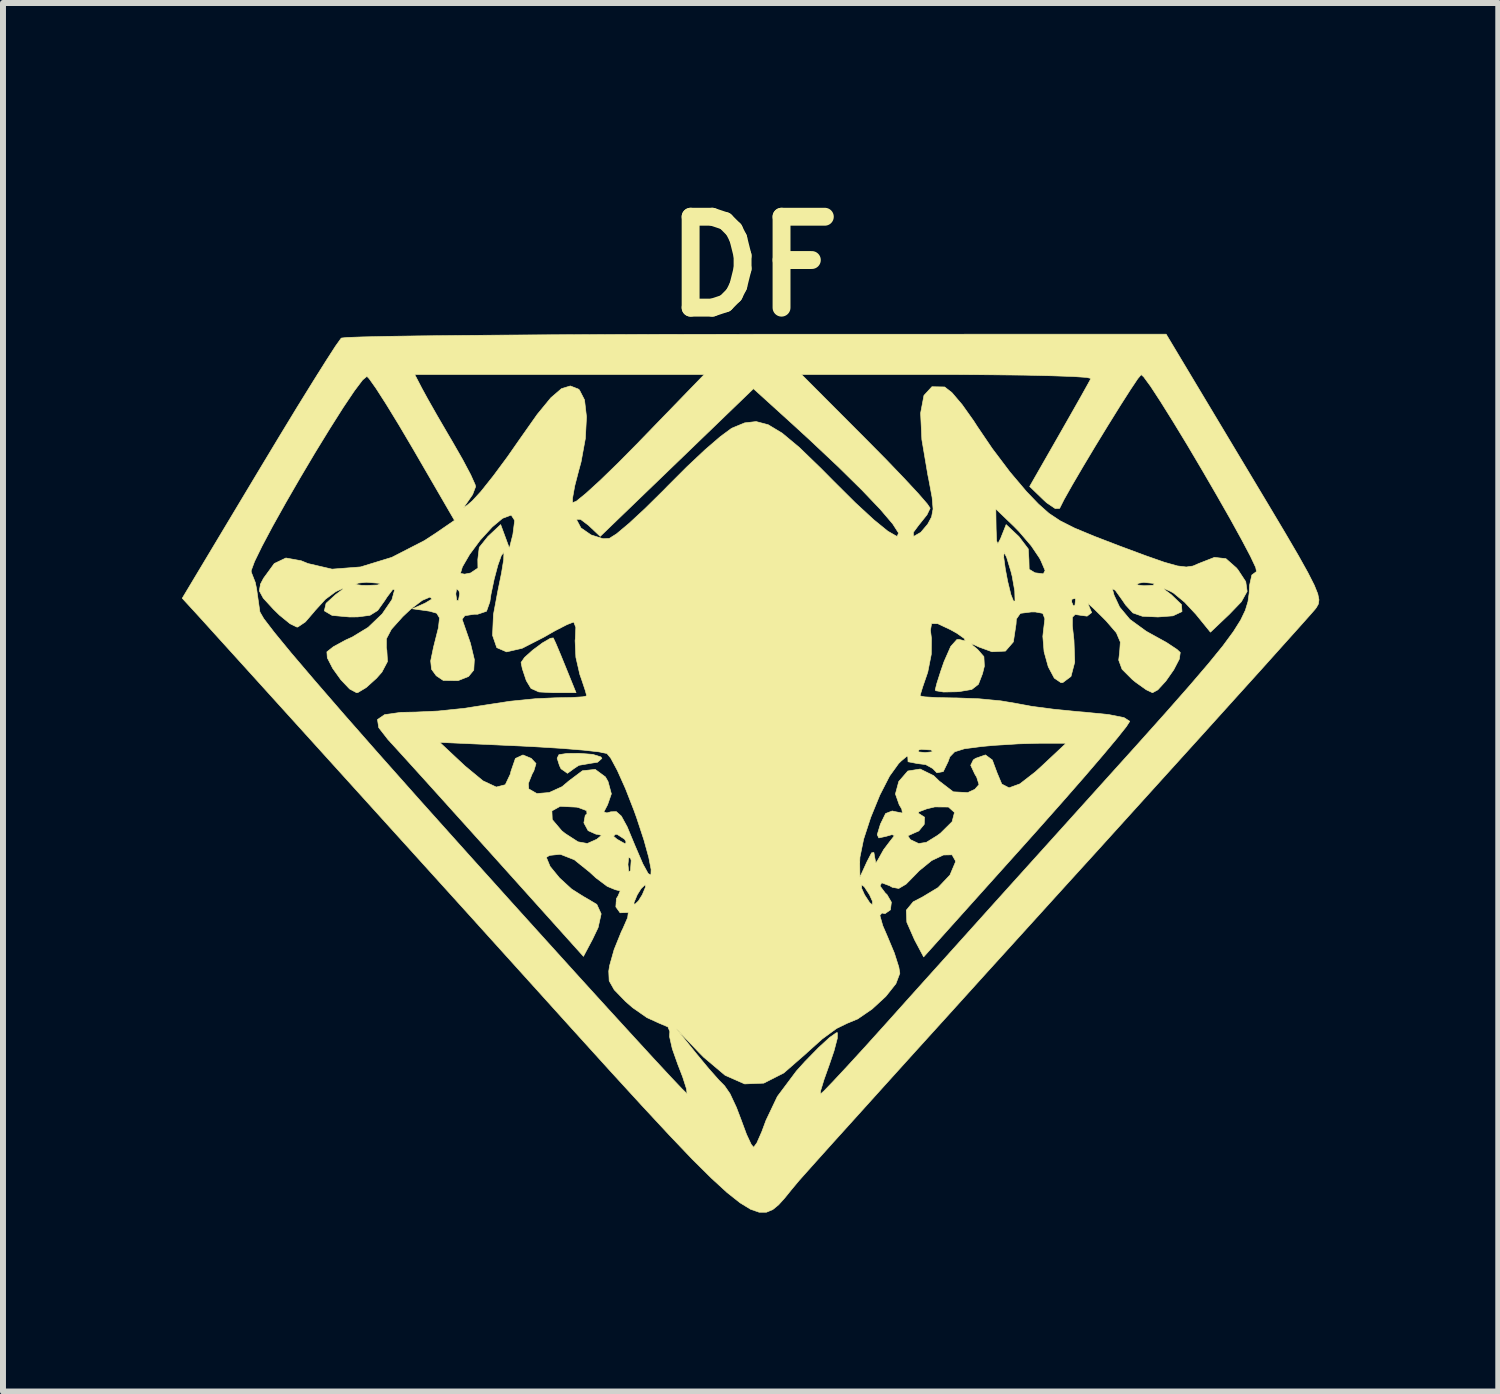
<source format=kicad_pcb>
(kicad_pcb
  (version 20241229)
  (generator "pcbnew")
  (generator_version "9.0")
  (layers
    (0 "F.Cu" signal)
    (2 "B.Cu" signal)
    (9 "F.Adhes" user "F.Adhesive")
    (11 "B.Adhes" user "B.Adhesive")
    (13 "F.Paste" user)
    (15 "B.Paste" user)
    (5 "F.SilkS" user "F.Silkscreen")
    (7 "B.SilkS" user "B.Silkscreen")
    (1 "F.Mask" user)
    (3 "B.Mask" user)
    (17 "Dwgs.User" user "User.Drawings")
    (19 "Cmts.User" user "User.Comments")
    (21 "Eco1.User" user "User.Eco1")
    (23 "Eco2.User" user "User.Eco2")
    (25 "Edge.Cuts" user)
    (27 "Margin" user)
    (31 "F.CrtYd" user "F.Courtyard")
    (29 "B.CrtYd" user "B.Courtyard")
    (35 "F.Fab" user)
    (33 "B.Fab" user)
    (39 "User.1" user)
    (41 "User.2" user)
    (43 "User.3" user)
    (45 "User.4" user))
  (footprint "DF"
    (layer "F.Cu")
    (at 9.58 9.918)
    (property "Reference" "DF" (at 0 -8.5 0) (layer "F.SilkS") (effects (font (size 1.524 1.524) (thickness 0.3))))
    (attr through_hole)
    (fp_poly (pts (xy -2.694 -0.322) (xy -2.557 -0.279) (xy -2.54 -0.254) (xy -2.612 -0.19) (xy -2.747 -0.169) (xy -2.926 -0.138) (xy -3.006 -0.085) (xy -3.117 -0.004) (xy -3.225 -0.08) (xy -3.251 -0.134) (xy -3.29 -0.257) (xy -3.26 -0.317) (xy -3.126 -0.337) (xy -2.921 -0.339) (xy -2.694 -0.322)) (stroke (width 0.01) (type solid)) (fill yes) (layer "F.SilkS"))
    (fp_poly (pts (xy -3.313 -2.185) (xy -3.23 -1.988) (xy -3.153 -1.799) (xy -2.973 -1.355) (xy -3.351 -1.355) (xy -3.596 -1.368) (xy -3.728 -1.427) (xy -3.806 -1.556) (xy -3.812 -1.572) (xy -3.874 -1.758) (xy -3.895 -1.862) (xy -3.837 -1.946) (xy -3.7 -2.069) (xy -3.537 -2.19) (xy -3.403 -2.268) (xy -3.355 -2.274) (xy -3.313 -2.185)) (stroke (width 0.01) (type solid)) (fill yes) (layer "F.SilkS"))
    (fp_poly (pts (xy 8.243 -5.157) (xy 8.617 -4.533) (xy 8.912 -4.038) (xy 9.136 -3.655) (xy 9.296 -3.368) (xy 9.402 -3.159) (xy 9.461 -3.013) (xy 9.481 -2.913) (xy 9.471 -2.842) (xy 9.438 -2.783) (xy 9.414 -2.752) (xy 9.332 -2.658) (xy 9.146 -2.449) (xy 8.865 -2.136) (xy 8.5 -1.729) (xy 8.058 -1.24) (xy 7.55 -0.677) (xy 6.986 -0.054) (xy 6.374 0.622) (xy 5.726 1.338) (xy 5.243 1.869) (xy 4.563 2.619) (xy 3.906 3.343) (xy 3.283 4.032) (xy 2.703 4.672) (xy 2.178 5.253) (xy 1.719 5.762) (xy 1.334 6.188) (xy 1.036 6.52) (xy 0.835 6.745) (xy 0.762 6.827) (xy 0.634 6.981) (xy 0.524 7.117) (xy 0.423 7.229) (xy 0.324 7.31) (xy 0.218 7.354) (xy 0.096 7.354) (xy -0.048 7.304) (xy -0.224 7.196) (xy -0.44 7.025) (xy -0.704 6.783) (xy -1.025 6.465) (xy -1.409 6.062) (xy -1.867 5.569) (xy -2.406 4.98) (xy -3.034 4.287) (xy -3.759 3.484) (xy -4.59 2.564) (xy -4.707 2.434) (xy -5.414 1.653) (xy -6.092 0.904) (xy -6.731 0.198) (xy -7.322 -0.455) (xy -7.857 -1.046) (xy -8.326 -1.564) (xy -8.72 -1.999) (xy -9.03 -2.341) (xy -9.246 -2.58) (xy -9.361 -2.706) (xy -9.372 -2.718) (xy -9.575 -2.939) (xy -9.297 -3.403) (xy -8.419 -3.403) (xy -8.418 -3.377) (xy -8.35 -3.203) (xy -8.328 -3.095) (xy -8.296 -2.868) (xy -8.273 -2.709) (xy -8.209 -2.598) (xy -8.032 -2.367) (xy -7.747 -2.02) (xy -7.356 -1.561) (xy -6.864 -0.993) (xy -6.273 -0.321) (xy -5.587 0.451) (xy -4.809 1.319) (xy -4.692 1.449) (xy -4.07 2.14) (xy -3.48 2.793) (xy -2.935 3.395) (xy -2.442 3.937) (xy -2.012 4.407) (xy -1.655 4.796) (xy -1.38 5.092) (xy -1.196 5.286) (xy -1.114 5.366) (xy -1.111 5.368) (xy -1.123 5.281) (xy -1.186 5.085) (xy -1.267 4.876) (xy -1.36 4.613) (xy -1.406 4.409) (xy -1.401 4.325) (xy -1.421 4.276) (xy -1.294 4.276) (xy -0.946 4.708) (xy -0.748 4.947) (xy -0.577 5.14) (xy -0.483 5.235) (xy -0.393 5.365) (xy -0.284 5.598) (xy -0.208 5.798) (xy -0.115 6.049) (xy -0.036 6.218) (xy 0.004 6.265) (xy 0.058 6.192) (xy 0.141 6.003) (xy 0.211 5.814) (xy 0.402 5.413) (xy 0.72 4.988) (xy 0.863 4.829) (xy 1.092 4.595) (xy 1.277 4.425) (xy 1.39 4.345) (xy 1.409 4.344) (xy 1.406 4.442) (xy 1.352 4.648) (xy 1.275 4.874) (xy 1.184 5.13) (xy 1.128 5.313) (xy 1.119 5.377) (xy 1.18 5.324) (xy 1.336 5.162) (xy 1.57 4.911) (xy 1.866 4.588) (xy 2.205 4.212) (xy 2.286 4.122) (xy 2.603 3.768) (xy 3.014 3.311) (xy 3.497 2.774) (xy 4.032 2.179) (xy 4.6 1.549) (xy 5.179 0.907) (xy 5.749 0.275) (xy 5.829 0.186) (xy 6.426 -0.476) (xy 6.918 -1.026) (xy 7.316 -1.478) (xy 7.63 -1.845) (xy 7.871 -2.141) (xy 8.047 -2.38) (xy 8.169 -2.574) (xy 8.247 -2.737) (xy 8.291 -2.882) (xy 8.311 -3.024) (xy 8.317 -3.154) (xy 8.356 -3.329) (xy 8.434 -3.387) (xy 8.421 -3.455) (xy 8.333 -3.642) (xy 8.184 -3.924) (xy 7.99 -4.276) (xy 7.763 -4.674) (xy 7.519 -5.094) (xy 7.273 -5.51) (xy 7.037 -5.898) (xy 6.827 -6.234) (xy 6.658 -6.493) (xy 6.542 -6.651) (xy 6.501 -6.687) (xy 6.444 -6.62) (xy 6.321 -6.436) (xy 6.149 -6.167) (xy 5.947 -5.842) (xy 5.733 -5.492) (xy 5.527 -5.148) (xy 5.346 -4.839) (xy 5.209 -4.596) (xy 5.135 -4.449) (xy 5.133 -4.445) (xy 5.059 -4.443) (xy 4.916 -4.54) (xy 4.865 -4.587) (xy 4.631 -4.813) (xy 5.131 -5.687) (xy 5.328 -6.033) (xy 5.494 -6.326) (xy 5.61 -6.534) (xy 5.659 -6.624) (xy 5.585 -6.641) (xy 5.363 -6.656) (xy 5.012 -6.668) (xy 4.555 -6.679) (xy 4.012 -6.685) (xy 3.404 -6.689) (xy 3.247 -6.689) (xy 0.807 -6.689) (xy 1.885 -5.608) (xy 2.231 -5.258) (xy 2.53 -4.946) (xy 2.765 -4.693) (xy 2.915 -4.52) (xy 2.963 -4.449) (xy 2.91 -4.338) (xy 2.783 -4.179) (xy 2.779 -4.175) (xy 2.681 -4.043) (xy 2.684 -3.98) (xy 2.693 -3.979) (xy 2.806 -4.044) (xy 2.922 -4.181) (xy 2.987 -4.302) (xy 3.012 -4.435) (xy 3.012 -4.436) (xy 4.064 -4.436) (xy 4.069 -4.102) (xy 4.077 -3.901) (xy 4.098 -3.853) (xy 4.144 -3.94) (xy 4.156 -3.971) (xy 4.237 -4.174) (xy 4.451 -3.973) (xy 4.608 -3.766) (xy 4.619 -3.586) (xy 4.623 -3.425) (xy 4.72 -3.366) (xy 4.86 -3.348) (xy 4.89 -3.404) (xy 4.821 -3.565) (xy 4.797 -3.612) (xy 4.658 -3.818) (xy 4.454 -4.056) (xy 4.368 -4.144) (xy 4.064 -4.436) (xy 3.012 -4.436) (xy 2.996 -4.628) (xy 2.94 -4.929) (xy 2.924 -5.007) (xy 2.824 -5.599) (xy 2.803 -6.043) (xy 2.859 -6.339) (xy 2.993 -6.485) (xy 3.205 -6.481) (xy 3.207 -6.48) (xy 3.327 -6.387) (xy 3.499 -6.185) (xy 3.693 -5.912) (xy 3.754 -5.817) (xy 4.005 -5.447) (xy 4.301 -5.055) (xy 4.579 -4.726) (xy 4.586 -4.719) (xy 4.779 -4.518) (xy 4.952 -4.364) (xy 5.143 -4.237) (xy 5.387 -4.114) (xy 5.722 -3.975) (xy 6.136 -3.816) (xy 6.577 -3.652) (xy 6.891 -3.542) (xy 7.108 -3.481) (xy 7.257 -3.463) (xy 7.368 -3.479) (xy 7.465 -3.521) (xy 7.728 -3.624) (xy 7.921 -3.603) (xy 8.097 -3.448) (xy 8.122 -3.418) (xy 8.254 -3.217) (xy 8.277 -3.054) (xy 8.18 -2.88) (xy 7.98 -2.672) (xy 7.662 -2.37) (xy 7.419 -2.669) (xy 7.229 -2.873) (xy 7.046 -3.024) (xy 6.996 -3.053) (xy 6.881 -3.104) (xy 6.9 -3.078) (xy 7.006 -2.998) (xy 7.176 -2.834) (xy 7.185 -2.715) (xy 7.033 -2.644) (xy 6.782 -2.625) (xy 6.521 -2.637) (xy 6.362 -2.693) (xy 6.24 -2.826) (xy 6.19 -2.9) (xy 6.067 -3.072) (xy 6.017 -3.099) (xy 6.046 -2.991) (xy 6.14 -2.79) (xy 6.311 -2.585) (xy 6.586 -2.385) (xy 6.685 -2.33) (xy 6.926 -2.197) (xy 7.101 -2.081) (xy 7.156 -2.03) (xy 7.14 -1.919) (xy 7.047 -1.74) (xy 6.914 -1.55) (xy 6.779 -1.403) (xy 6.691 -1.355) (xy 6.585 -1.405) (xy 6.41 -1.53) (xy 6.352 -1.577) (xy 6.18 -1.749) (xy 6.124 -1.902) (xy 6.14 -2.04) (xy 6.151 -2.205) (xy 6.085 -2.36) (xy 5.915 -2.557) (xy 5.869 -2.604) (xy 5.705 -2.766) (xy 5.613 -2.849) (xy 5.609 -2.844) (xy 5.671 -2.699) (xy 5.594 -2.639) (xy 5.494 -2.652) (xy 5.394 -2.667) (xy 5.348 -2.621) (xy 5.347 -2.477) (xy 5.374 -2.234) (xy 5.387 -1.869) (xy 5.324 -1.628) (xy 5.188 -1.526) (xy 5.156 -1.524) (xy 5.044 -1.6) (xy 4.943 -1.79) (xy 4.873 -2.042) (xy 4.852 -2.3) (xy 4.861 -2.383) (xy 4.886 -2.594) (xy 4.851 -2.686) (xy 4.726 -2.709) (xy 4.658 -2.709) (xy 4.475 -2.686) (xy 4.408 -2.59) (xy 4.403 -2.505) (xy 4.358 -2.207) (xy 4.225 -2.053) (xy 4 -2.042) (xy 3.783 -2.121) (xy 3.657 -2.179) (xy 3.675 -2.15) (xy 3.759 -2.081) (xy 3.864 -1.96) (xy 3.872 -1.8) (xy 3.841 -1.675) (xy 3.772 -1.496) (xy 3.661 -1.41) (xy 3.45 -1.374) (xy 3.405 -1.371) (xy 3.187 -1.367) (xy 3.06 -1.388) (xy 3.048 -1.402) (xy 3.074 -1.508) (xy 3.141 -1.718) (xy 3.195 -1.874) (xy 3.308 -2.131) (xy 3.411 -2.246) (xy 3.449 -2.248) (xy 3.553 -2.223) (xy 3.534 -2.265) (xy 3.413 -2.351) (xy 3.306 -2.411) (xy 3.09 -2.513) (xy 2.987 -2.514) (xy 2.968 -2.402) (xy 2.985 -2.265) (xy 2.982 -1.999) (xy 2.924 -1.705) (xy 2.91 -1.662) (xy 2.837 -1.45) (xy 2.797 -1.318) (xy 2.794 -1.302) (xy 2.872 -1.286) (xy 3.077 -1.274) (xy 3.367 -1.268) (xy 3.408 -1.268) (xy 3.781 -1.254) (xy 4.148 -1.219) (xy 4.403 -1.176) (xy 4.667 -1.127) (xy 5.033 -1.079) (xy 5.433 -1.039) (xy 5.546 -1.03) (xy 5.957 -0.989) (xy 6.213 -0.938) (xy 6.307 -0.878) (xy 6.308 -0.874) (xy 6.253 -0.788) (xy 6.098 -0.593) (xy 5.858 -0.306) (xy 5.545 0.059) (xy 5.173 0.484) (xy 4.757 0.953) (xy 4.581 1.15) (xy 2.854 3.074) (xy 2.701 2.786) (xy 2.572 2.492) (xy 2.563 2.291) (xy 2.679 2.15) (xy 2.831 2.071) (xy 3.095 1.912) (xy 3.295 1.701) (xy 3.385 1.488) (xy 3.387 1.463) (xy 3.33 1.362) (xy 3.186 1.365) (xy 2.989 1.458) (xy 2.778 1.63) (xy 2.74 1.67) (xy 2.559 1.854) (xy 2.437 1.926) (xy 2.329 1.907) (xy 2.284 1.881) (xy 2.15 1.831) (xy 2.123 1.885) (xy 2.212 2.004) (xy 2.239 2.028) (xy 2.313 2.156) (xy 2.297 2.285) (xy 2.207 2.348) (xy 2.154 2.338) (xy 2.12 2.379) (xy 2.169 2.551) (xy 2.249 2.736) (xy 2.363 3.009) (xy 2.438 3.245) (xy 2.455 3.348) (xy 2.389 3.523) (xy 2.219 3.737) (xy 1.99 3.948) (xy 1.748 4.114) (xy 1.576 4.185) (xy 1.395 4.273) (xy 1.153 4.45) (xy 0.899 4.678) (xy 0.886 4.691) (xy 0.51 5.019) (xy 0.174 5.19) (xy -0.147 5.203) (xy -0.475 5.058) (xy -0.834 4.755) (xy -0.912 4.676) (xy -1.294 4.276) (xy -1.421 4.276) (xy -1.433 4.247) (xy -1.584 4.183) (xy -1.784 4.092) (xy -2.025 3.924) (xy -2.143 3.821) (xy -2.333 3.625) (xy -2.418 3.475) (xy -2.425 3.312) (xy -2.411 3.221) (xy -2.335 2.951) (xy -2.215 2.654) (xy -2.188 2.599) (xy -2.108 2.416) (xy -2.097 2.328) (xy -2.12 2.33) (xy -2.235 2.334) (xy -2.306 2.235) (xy -2.301 2.163) (xy -2.002 2.163) (xy -1.996 2.201) (xy -1.928 2.136) (xy -1.863 2.032) (xy -1.808 1.901) (xy -1.814 1.863) (xy 1.814 1.863) (xy 1.815 1.925) (xy 1.863 2.032) (xy 1.95 2.165) (xy 1.996 2.201) (xy 1.995 2.139) (xy 1.947 2.032) (xy 1.86 1.899) (xy 1.814 1.863) (xy -1.814 1.863) (xy -1.882 1.928) (xy -1.947 2.032) (xy -2.002 2.163) (xy -2.301 2.163) (xy -2.297 2.097) (xy -2.271 2.056) (xy -2.233 1.967) (xy -2.315 1.947) (xy -2.45 1.891) (xy -2.642 1.747) (xy -2.746 1.651) (xy -2.904 1.524) (xy -2.103 1.524) (xy -2.09 1.644) (xy -2.061 1.63) (xy -2.049 1.456) (xy -2.061 1.418) (xy -2.091 1.408) (xy -2.103 1.524) (xy -2.904 1.524) (xy -3.002 1.445) (xy -3.229 1.356) (xy -3.257 1.355) (xy -3.417 1.372) (xy -3.471 1.405) (xy -3.408 1.557) (xy -3.25 1.75) (xy -3.046 1.937) (xy -2.842 2.066) (xy -2.829 2.072) (xy -2.625 2.193) (xy -2.552 2.352) (xy -2.603 2.582) (xy -2.698 2.781) (xy -2.849 3.065) (xy -4.359 1.384) (xy -4.776 0.921) (xy -5.042 0.626) (xy -3.378 0.626) (xy -3.372 0.771) (xy -3.212 0.96) (xy -3.154 1.006) (xy -2.94 1.144) (xy -2.784 1.172) (xy -2.625 1.101) (xy -2.563 1.05) (xy -2.346 1.05) (xy -2.286 1.101) (xy -2.151 1.177) (xy -2.133 1.148) (xy -2.159 1.101) (xy -2.283 1.02) (xy -2.312 1.017) (xy -2.346 1.05) (xy -2.563 1.05) (xy -2.544 1.035) (xy -2.617 1.018) (xy -2.637 1.017) (xy -2.771 0.957) (xy -2.842 0.826) (xy -2.819 0.7) (xy -2.79 0.675) (xy -2.795 0.622) (xy -2.933 0.57) (xy -2.965 0.563) (xy -3.239 0.549) (xy -3.378 0.626) (xy -5.042 0.626) (xy -5.169 0.485) (xy -5.519 0.097) (xy -5.809 -0.223) (xy -6.02 -0.455) (xy -6.082 -0.523) (xy -5.258 -0.523) (xy -4.835 -0.127) (xy -4.533 0.122) (xy -4.31 0.226) (xy -4.159 0.187) (xy -4.073 0.005) (xy -4.065 -0.036) (xy -3.99 -0.253) (xy -3.863 -0.312) (xy -3.725 -0.255) (xy -3.644 -0.168) (xy -3.682 -0.041) (xy -3.707 0.001) (xy -3.773 0.166) (xy -3.766 0.257) (xy -3.63 0.335) (xy -3.423 0.318) (xy -3.206 0.219) (xy -3.098 0.127) (xy -2.866 -0.047) (xy -2.652 -0.07) (xy -2.481 0.056) (xy -2.437 0.133) (xy -2.381 0.34) (xy -2.443 0.519) (xy -2.444 0.522) (xy -2.507 0.643) (xy -2.456 0.66) (xy -2.39 0.641) (xy -2.298 0.638) (xy -2.214 0.713) (xy -2.116 0.892) (xy -1.986 1.205) (xy -1.986 1.205) (xy -1.853 1.515) (xy -1.764 1.676) (xy -1.718 1.702) (xy -1.715 1.607) (xy -1.739 1.483) (xy 1.782 1.483) (xy 1.786 1.736) (xy 1.902 1.482) (xy 1.981 1.329) (xy 2.02 1.323) (xy 2.032 1.397) (xy 2.053 1.5) (xy 2.092 1.439) (xy 2.183 1.276) (xy 2.276 1.153) (xy 2.361 1.044) (xy 2.589 1.044) (xy 2.632 1.107) (xy 2.639 1.111) (xy 2.771 1.173) (xy 2.899 1.153) (xy 3.083 1.039) (xy 3.136 1) (xy 3.331 0.807) (xy 3.371 0.652) (xy 3.27 0.561) (xy 3.041 0.559) (xy 2.907 0.591) (xy 2.772 0.642) (xy 2.766 0.669) (xy 2.773 0.67) (xy 2.869 0.731) (xy 2.864 0.851) (xy 2.773 0.962) (xy 2.702 0.993) (xy 2.589 1.044) (xy 2.361 1.044) (xy 2.364 1.04) (xy 2.323 1.024) (xy 2.225 1.052) (xy 2.102 1.079) (xy 2.076 1.024) (xy 2.129 0.849) (xy 2.129 0.849) (xy 2.216 0.67) (xy 2.327 0.627) (xy 2.385 0.64) (xy 2.498 0.662) (xy 2.487 0.594) (xy 2.444 0.522) (xy 2.381 0.342) (xy 2.436 0.136) (xy 2.437 0.133) (xy 2.589 -0.043) (xy 2.796 -0.076) (xy 3.022 0.035) (xy 3.117 0.127) (xy 3.351 0.306) (xy 3.593 0.319) (xy 3.712 0.264) (xy 3.782 0.184) (xy 3.743 0.06) (xy 3.712 0.009) (xy 3.643 -0.139) (xy 3.686 -0.228) (xy 3.725 -0.255) (xy 3.89 -0.313) (xy 4.005 -0.228) (xy 4.084 -0.015) (xy 4.164 0.176) (xy 4.286 0.239) (xy 4.467 0.173) (xy 4.725 -0.027) (xy 4.835 -0.127) (xy 5.242 -0.508) (xy 4.792 -0.508) (xy 4.441 -0.498) (xy 4.039 -0.473) (xy 3.829 -0.454) (xy 3.538 -0.416) (xy 3.374 -0.365) (xy 3.293 -0.281) (xy 3.264 -0.2) (xy 3.183 -0.033) (xy 3.076 -0.013) (xy 3.006 -0.085) (xy 2.889 -0.15) (xy 2.742 -0.169) (xy 2.592 -0.198) (xy 2.589 -0.275) (xy 2.577 -0.294) (xy 2.476 -0.209) (xy 2.435 -0.169) (xy 2.283 0.042) (xy 2.119 0.362) (xy 1.967 0.734) (xy 1.848 1.099) (xy 1.786 1.402) (xy 1.782 1.483) (xy -1.739 1.483) (xy -1.754 1.406) (xy -1.835 1.113) (xy -1.957 0.742) (xy -2.002 0.617) (xy -2.144 0.253) (xy -2.28 -0.051) (xy -2.392 -0.26) (xy -2.455 -0.336) (xy -2.58 -0.362) (xy -2.592 -0.364) (xy 2.762 -0.364) (xy 2.879 -0.352) (xy 2.999 -0.365) (xy 2.985 -0.395) (xy 2.811 -0.406) (xy 2.773 -0.395) (xy 2.762 -0.364) (xy -2.592 -0.364) (xy -2.842 -0.392) (xy -3.209 -0.422) (xy -3.649 -0.449) (xy -3.92 -0.463) (xy -5.258 -0.523) (xy -6.082 -0.523) (xy -6.127 -0.572) (xy -6.281 -0.77) (xy -6.302 -0.906) (xy -6.182 -0.988) (xy -5.91 -1.026) (xy -5.66 -1.031) (xy -5.289 -1.048) (xy -4.853 -1.093) (xy -4.487 -1.15) (xy -4.082 -1.212) (xy -3.652 -1.255) (xy -3.323 -1.27) (xy -3.049 -1.275) (xy -2.858 -1.287) (xy -2.794 -1.302) (xy -2.819 -1.394) (xy -2.883 -1.586) (xy -2.91 -1.662) (xy -2.976 -1.949) (xy -2.989 -2.228) (xy -2.985 -2.265) (xy -2.977 -2.45) (xy -3.011 -2.538) (xy -3.017 -2.539) (xy -3.125 -2.497) (xy -3.327 -2.393) (xy -3.514 -2.286) (xy -3.877 -2.1) (xy -4.138 -2.04) (xy -4.302 -2.111) (xy -4.373 -2.317) (xy -4.358 -2.665) (xy -4.318 -2.879) (xy 5.334 -2.879) (xy 5.365 -2.809) (xy 5.39 -2.822) (xy 5.401 -2.923) (xy 5.39 -2.935) (xy 5.34 -2.923) (xy 5.334 -2.879) (xy -4.318 -2.879) (xy -4.284 -3.061) (xy -4.223 -3.36) (xy -4.186 -3.588) (xy -4.185 -3.637) (xy 4.195 -3.637) (xy 4.223 -3.431) (xy 4.263 -3.22) (xy 4.318 -2.996) (xy 4.364 -2.883) (xy 4.386 -2.896) (xy 4.381 -3.062) (xy 4.363 -3.164) (xy 6.423 -3.164) (xy 6.535 -3.15) (xy 6.562 -3.149) (xy 6.706 -3.158) (xy 6.719 -3.185) (xy 6.711 -3.188) (xy 6.543 -3.205) (xy 6.457 -3.191) (xy 6.423 -3.164) (xy 4.363 -3.164) (xy 4.338 -3.307) (xy 4.317 -3.389) (xy 4.245 -3.626) (xy 4.204 -3.706) (xy 4.195 -3.637) (xy -4.185 -3.637) (xy -4.182 -3.701) (xy -4.185 -3.705) (xy -4.225 -3.657) (xy -4.284 -3.492) (xy -4.346 -3.258) (xy -4.399 -3.006) (xy -4.418 -2.879) (xy -4.474 -2.721) (xy -4.622 -2.671) (xy -4.68 -2.671) (xy -4.838 -2.646) (xy -4.883 -2.586) (xy -4.744 -2.186) (xy -4.678 -1.911) (xy -4.688 -1.734) (xy -4.776 -1.627) (xy -4.943 -1.561) (xy -4.957 -1.558) (xy -5.199 -1.561) (xy -5.317 -1.64) (xy -5.396 -1.749) (xy -5.41 -1.889) (xy -5.362 -2.121) (xy -5.352 -2.16) (xy -5.28 -2.446) (xy -5.262 -2.609) (xy -5.309 -2.688) (xy -5.429 -2.722) (xy -5.482 -2.73) (xy -5.715 -2.762) (xy -5.503 -2.857) (xy -5.389 -2.926) (xy -5.419 -2.958) (xy -5.423 -2.958) (xy -5.551 -2.904) (xy -5.742 -2.759) (xy -5.878 -2.631) (xy -6.069 -2.418) (xy -6.152 -2.26) (xy -6.153 -2.106) (xy -6.145 -2.069) (xy -6.134 -1.878) (xy -6.228 -1.7) (xy -6.319 -1.597) (xy -6.491 -1.442) (xy -6.629 -1.359) (xy -6.652 -1.355) (xy -6.769 -1.418) (xy -6.916 -1.573) (xy -7.053 -1.764) (xy -7.143 -1.94) (xy -7.15 -2.04) (xy -7.043 -2.125) (xy -6.838 -2.237) (xy -6.722 -2.29) (xy -6.458 -2.451) (xy -6.223 -2.676) (xy -6.06 -2.915) (xy -6.033 -3.013) (xy -4.989 -3.013) (xy -4.973 -2.903) (xy -4.944 -2.902) (xy -4.924 -3.015) (xy -4.937 -3.064) (xy -4.975 -3.096) (xy -4.989 -3.013) (xy -6.033 -3.013) (xy -6.012 -3.09) (xy -6.049 -3.082) (xy -6.142 -2.959) (xy -6.18 -2.9) (xy -6.298 -2.734) (xy -6.428 -2.653) (xy -6.634 -2.626) (xy -6.772 -2.625) (xy -7.062 -2.651) (xy -7.193 -2.728) (xy -7.164 -2.853) (xy -7.006 -2.998) (xy -6.879 -3.093) (xy -6.887 -3.102) (xy -7 -3.051) (xy -7.175 -2.922) (xy -7.353 -2.727) (xy -7.366 -2.71) (xy -7.511 -2.542) (xy -7.635 -2.458) (xy -7.651 -2.455) (xy -7.768 -2.512) (xy -7.945 -2.656) (xy -8.046 -2.755) (xy -8.216 -2.94) (xy -8.283 -3.063) (xy -8.264 -3.17) (xy -6.671 -3.17) (xy -6.569 -3.156) (xy -6.477 -3.154) (xy -6.303 -3.161) (xy -6.258 -3.18) (xy -6.286 -3.191) (xy -6.489 -3.207) (xy -6.624 -3.193) (xy -6.671 -3.17) (xy -8.264 -3.17) (xy -8.262 -3.179) (xy -8.211 -3.276) (xy -8.152 -3.356) (xy -4.911 -3.356) (xy -4.842 -3.343) (xy -4.742 -3.362) (xy -4.618 -3.445) (xy -4.62 -3.589) (xy -4.596 -3.791) (xy -4.451 -3.973) (xy -4.237 -4.174) (xy -4.164 -3.976) (xy -4.091 -3.777) (xy -4.032 -4.009) (xy -4.002 -4.243) (xy -4.008 -4.253) (xy -2.963 -4.253) (xy -2.891 -4.118) (xy -2.72 -4) (xy -2.521 -3.937) (xy -2.416 -3.942) (xy -2.295 -4.018) (xy -2.086 -4.193) (xy -1.816 -4.443) (xy -1.511 -4.744) (xy -1.439 -4.818) (xy -1.118 -5.139) (xy -0.813 -5.426) (xy -0.554 -5.649) (xy -0.374 -5.782) (xy -0.354 -5.793) (xy -0.147 -5.879) (xy 0.046 -5.901) (xy 0.248 -5.848) (xy 0.482 -5.707) (xy 0.769 -5.468) (xy 1.132 -5.117) (xy 1.345 -4.902) (xy 1.71 -4.539) (xy 2.019 -4.254) (xy 2.254 -4.063) (xy 2.397 -3.981) (xy 2.412 -3.979) (xy 2.433 -4.033) (xy 2.335 -4.186) (xy 2.128 -4.429) (xy 1.821 -4.751) (xy 1.423 -5.143) (xy 0.945 -5.593) (xy 0.657 -5.857) (xy 0.001 -6.452) (xy -1.283 -5.214) (xy -2.568 -3.976) (xy -2.765 -4.162) (xy -2.898 -4.262) (xy -2.962 -4.262) (xy -2.963 -4.253) (xy -4.008 -4.253) (xy -4.06 -4.333) (xy -4.205 -4.279) (xy -4.377 -4.135) (xy -4.579 -3.914) (xy -4.757 -3.674) (xy -4.879 -3.464) (xy -4.911 -3.356) (xy -8.152 -3.356) (xy -8.032 -3.521) (xy -7.837 -3.614) (xy -7.582 -3.568) (xy -7.467 -3.521) (xy -7.063 -3.427) (xy -6.586 -3.464) (xy -6.061 -3.625) (xy -5.514 -3.906) (xy -5.321 -4.032) (xy -5.011 -4.245) (xy -5.704 -5.44) (xy -5.942 -5.843) (xy -6.155 -6.191) (xy -6.327 -6.459) (xy -6.442 -6.621) (xy -6.479 -6.659) (xy -6.551 -6.599) (xy -6.689 -6.416) (xy -6.878 -6.135) (xy -7.102 -5.781) (xy -7.348 -5.38) (xy -7.599 -4.957) (xy -7.841 -4.538) (xy -8.059 -4.148) (xy -8.238 -3.811) (xy -8.363 -3.555) (xy -8.419 -3.403) (xy -9.297 -3.403) (xy -8.286 -5.089) (xy -7.957 -5.635) (xy -7.653 -6.135) (xy -7.385 -6.568) (xy -7.309 -6.689) (xy -5.677 -6.689) (xy -5.556 -6.456) (xy -5.458 -6.277) (xy -5.302 -6.002) (xy -5.115 -5.681) (xy -5.046 -5.564) (xy -4.873 -5.262) (xy -4.739 -5.009) (xy -4.665 -4.844) (xy -4.657 -4.809) (xy -4.707 -4.677) (xy -4.804 -4.536) (xy -4.861 -4.457) (xy -4.799 -4.497) (xy -4.712 -4.572) (xy -4.569 -4.727) (xy -4.362 -4.987) (xy -4.122 -5.311) (xy -3.915 -5.608) (xy -3.624 -6.021) (xy -3.396 -6.299) (xy -3.217 -6.453) (xy -3.069 -6.498) (xy -2.937 -6.447) (xy -2.917 -6.431) (xy -2.831 -6.264) (xy -2.798 -5.979) (xy -2.817 -5.618) (xy -2.889 -5.224) (xy -2.926 -5.089) (xy -2.995 -4.823) (xy -3.032 -4.616) (xy -3.032 -4.541) (xy -2.968 -4.566) (xy -2.807 -4.697) (xy -2.566 -4.917) (xy -2.265 -5.209) (xy -1.922 -5.556) (xy -1.916 -5.563) (xy -0.825 -6.689) (xy -5.677 -6.689) (xy -7.309 -6.689) (xy -7.165 -6.918) (xy -7.006 -7.165) (xy -6.917 -7.29) (xy -6.906 -7.301) (xy -6.81 -7.311) (xy -6.556 -7.32) (xy -6.159 -7.329) (xy -5.631 -7.337) (xy -4.985 -7.344) (xy -4.234 -7.35) (xy -3.39 -7.356) (xy -2.466 -7.36) (xy -1.476 -7.363) (xy -0.431 -7.364) (xy 0.052 -7.365) (xy 6.919 -7.366) (xy 8.243 -5.157)) (stroke (width 0.01) (type solid)) (fill yes) (layer "F.SilkS")))
  (gr_rect
    (start -3 -3)
    (end 22.067 20.277)
    (stroke (width 0.1) (type default))
    (fill no)
    (layer "Edge.Cuts")))
</source>
